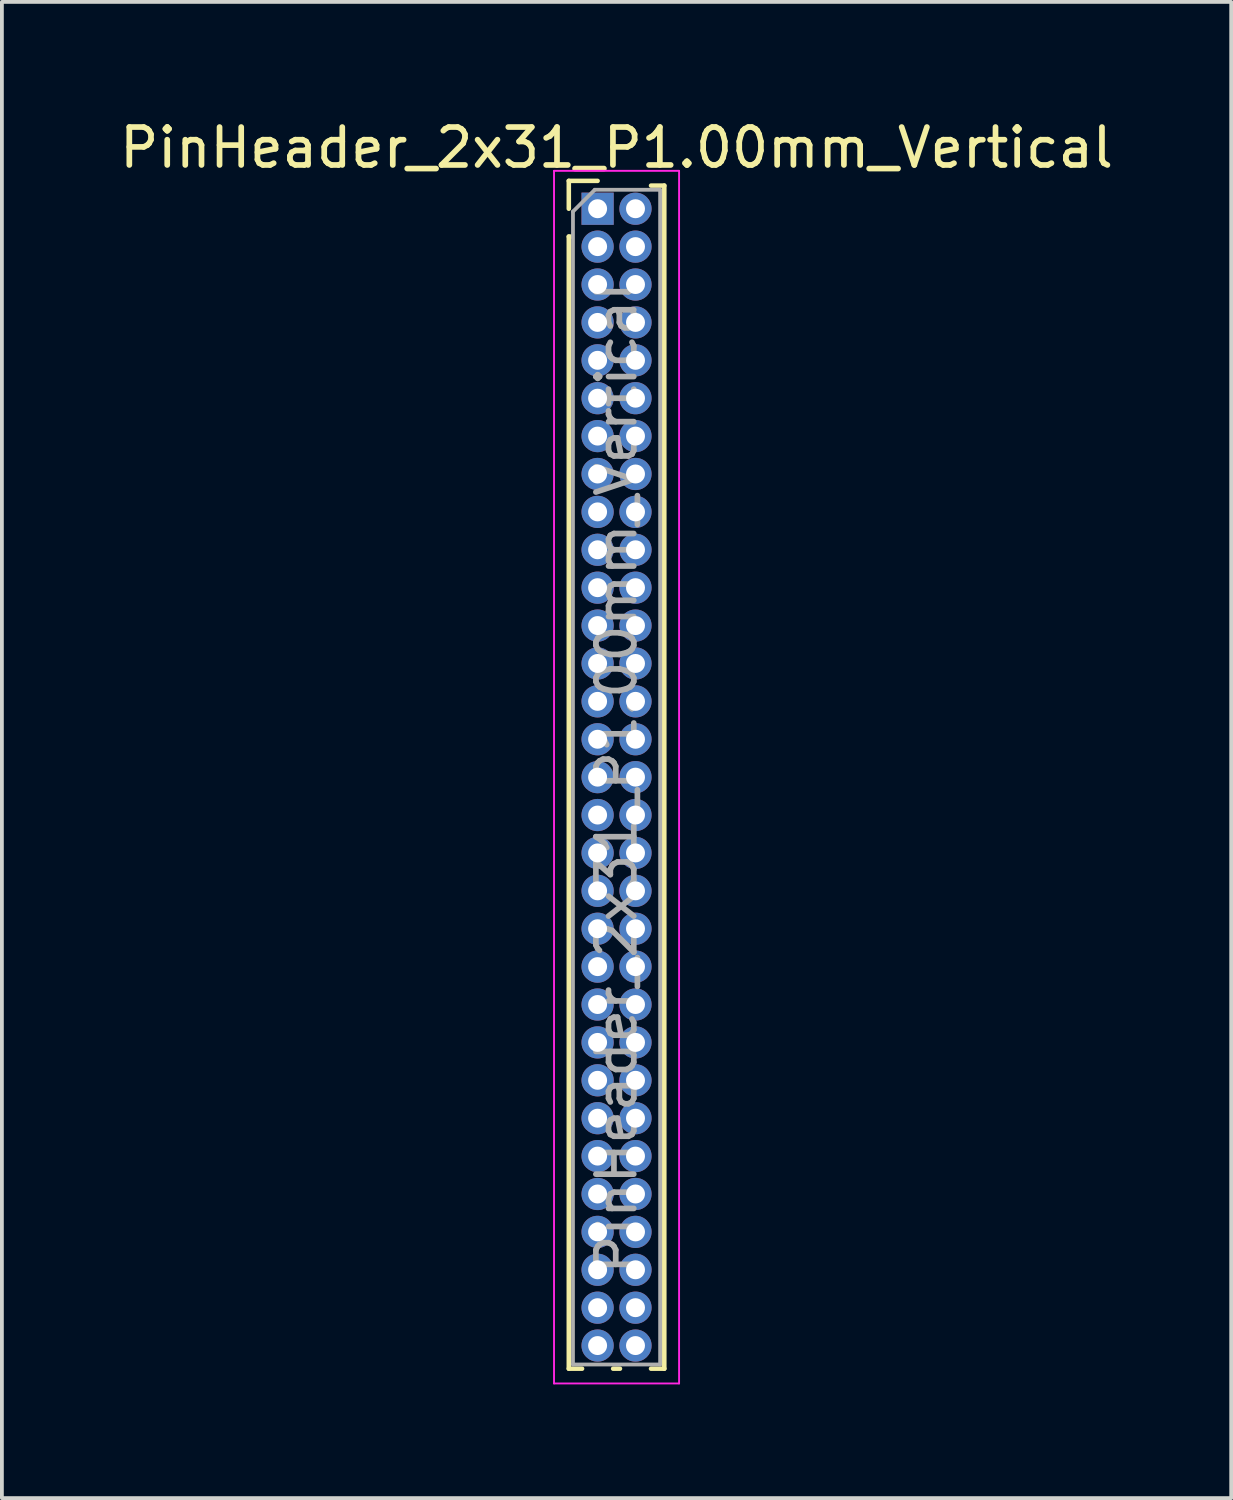
<source format=kicad_pcb>
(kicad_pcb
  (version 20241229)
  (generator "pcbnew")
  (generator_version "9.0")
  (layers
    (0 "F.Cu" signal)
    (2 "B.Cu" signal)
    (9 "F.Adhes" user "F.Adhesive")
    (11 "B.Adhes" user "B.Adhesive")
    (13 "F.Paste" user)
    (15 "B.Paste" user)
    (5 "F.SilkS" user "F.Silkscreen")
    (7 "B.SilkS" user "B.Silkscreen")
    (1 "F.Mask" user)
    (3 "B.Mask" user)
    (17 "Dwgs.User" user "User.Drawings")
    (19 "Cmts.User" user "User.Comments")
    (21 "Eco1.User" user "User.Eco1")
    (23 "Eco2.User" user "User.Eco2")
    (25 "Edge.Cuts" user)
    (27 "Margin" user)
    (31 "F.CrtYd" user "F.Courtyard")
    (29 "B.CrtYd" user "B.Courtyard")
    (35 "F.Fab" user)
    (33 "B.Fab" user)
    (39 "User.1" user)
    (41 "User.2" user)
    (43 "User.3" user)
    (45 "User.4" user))
  (footprint "PinHeader_2x31_P1.00mm_Vertical"
    (layer "F.Cu")
    (at 12.72 2.458)
    (property "Reference" "PinHeader_2x31_P1.00mm_Vertical" (at 0.5 -1.61 0) (layer "F.SilkS") (effects (font (size 1 1) (thickness 0.15))))
    (attr through_hole)
    (fp_line (start -0.76 -0.735) (end 0 -0.735) (stroke (width 0.12) (type solid)) (layer "F.SilkS"))
    (fp_line (start -0.76 0) (end -0.76 -0.735) (stroke (width 0.12) (type solid)) (layer "F.SilkS"))
    (fp_line (start -0.76 0.735) (end -0.76 30.61) (stroke (width 0.12) (type solid)) (layer "F.SilkS"))
    (fp_line (start -0.76 0.735) (end -0.686 0.735) (stroke (width 0.12) (type solid)) (layer "F.SilkS"))
    (fp_line (start -0.76 30.61) (end -0.41 30.61) (stroke (width 0.12) (type solid)) (layer "F.SilkS"))
    (fp_line (start 0.41 30.61) (end 0.59 30.61) (stroke (width 0.12) (type solid)) (layer "F.SilkS"))
    (fp_line (start 1.41 -0.61) (end 1.76 -0.61) (stroke (width 0.12) (type solid)) (layer "F.SilkS"))
    (fp_line (start 1.41 30.61) (end 1.76 30.61) (stroke (width 0.12) (type solid)) (layer "F.SilkS"))
    (fp_line (start 1.76 -0.61) (end 1.76 30.61) (stroke (width 0.12) (type solid)) (layer "F.SilkS"))
    (fp_line (start -1.15 -1) (end -1.15 31) (stroke (width 0.05) (type solid)) (layer "F.CrtYd"))
    (fp_line (start -1.15 31) (end 2.15 31) (stroke (width 0.05) (type solid)) (layer "F.CrtYd"))
    (fp_line (start 2.15 -1) (end -1.15 -1) (stroke (width 0.05) (type solid)) (layer "F.CrtYd"))
    (fp_line (start 2.15 31) (end 2.15 -1) (stroke (width 0.05) (type solid)) (layer "F.CrtYd"))
    (fp_line (start -0.65 0.075) (end -0.075 -0.5) (stroke (width 0.1) (type solid)) (layer "F.Fab"))
    (fp_line (start -0.65 30.5) (end -0.65 0.075) (stroke (width 0.1) (type solid)) (layer "F.Fab"))
    (fp_line (start -0.075 -0.5) (end 1.65 -0.5) (stroke (width 0.1) (type solid)) (layer "F.Fab"))
    (fp_line (start 1.65 -0.5) (end 1.65 30.5) (stroke (width 0.1) (type solid)) (layer "F.Fab"))
    (fp_line (start 1.65 30.5) (end -0.65 30.5) (stroke (width 0.1) (type solid)) (layer "F.Fab"))
    (fp_text user "${REFERENCE}" (at 0.5 15 90) (layer "F.Fab") (effects (font (size 1 1) (thickness 0.15))))
    (pad "1" thru_hole rect (at 0 0) (size 0.85 0.85) (drill 0.5) (layers "*.Cu" "*.Mask"))
    (pad "2" thru_hole circle (at 1 0) (size 0.85 0.85) (drill 0.5) (layers "*.Cu" "*.Mask"))
    (pad "3" thru_hole circle (at 0 1) (size 0.85 0.85) (drill 0.5) (layers "*.Cu" "*.Mask"))
    (pad "4" thru_hole circle (at 1 1) (size 0.85 0.85) (drill 0.5) (layers "*.Cu" "*.Mask"))
    (pad "5" thru_hole circle (at 0 2) (size 0.85 0.85) (drill 0.5) (layers "*.Cu" "*.Mask"))
    (pad "6" thru_hole circle (at 1 2) (size 0.85 0.85) (drill 0.5) (layers "*.Cu" "*.Mask"))
    (pad "7" thru_hole circle (at 0 3) (size 0.85 0.85) (drill 0.5) (layers "*.Cu" "*.Mask"))
    (pad "8" thru_hole circle (at 1 3) (size 0.85 0.85) (drill 0.5) (layers "*.Cu" "*.Mask"))
    (pad "9" thru_hole circle (at 0 4) (size 0.85 0.85) (drill 0.5) (layers "*.Cu" "*.Mask"))
    (pad "10" thru_hole circle (at 1 4) (size 0.85 0.85) (drill 0.5) (layers "*.Cu" "*.Mask"))
    (pad "11" thru_hole circle (at 0 5) (size 0.85 0.85) (drill 0.5) (layers "*.Cu" "*.Mask"))
    (pad "12" thru_hole circle (at 1 5) (size 0.85 0.85) (drill 0.5) (layers "*.Cu" "*.Mask"))
    (pad "13" thru_hole circle (at 0 6) (size 0.85 0.85) (drill 0.5) (layers "*.Cu" "*.Mask"))
    (pad "14" thru_hole circle (at 1 6) (size 0.85 0.85) (drill 0.5) (layers "*.Cu" "*.Mask"))
    (pad "15" thru_hole circle (at 0 7) (size 0.85 0.85) (drill 0.5) (layers "*.Cu" "*.Mask"))
    (pad "16" thru_hole circle (at 1 7) (size 0.85 0.85) (drill 0.5) (layers "*.Cu" "*.Mask"))
    (pad "17" thru_hole circle (at 0 8) (size 0.85 0.85) (drill 0.5) (layers "*.Cu" "*.Mask"))
    (pad "18" thru_hole circle (at 1 8) (size 0.85 0.85) (drill 0.5) (layers "*.Cu" "*.Mask"))
    (pad "19" thru_hole circle (at 0 9) (size 0.85 0.85) (drill 0.5) (layers "*.Cu" "*.Mask"))
    (pad "20" thru_hole circle (at 1 9) (size 0.85 0.85) (drill 0.5) (layers "*.Cu" "*.Mask"))
    (pad "21" thru_hole circle (at 0 10) (size 0.85 0.85) (drill 0.5) (layers "*.Cu" "*.Mask"))
    (pad "22" thru_hole circle (at 1 10) (size 0.85 0.85) (drill 0.5) (layers "*.Cu" "*.Mask"))
    (pad "23" thru_hole circle (at 0 11) (size 0.85 0.85) (drill 0.5) (layers "*.Cu" "*.Mask"))
    (pad "24" thru_hole circle (at 1 11) (size 0.85 0.85) (drill 0.5) (layers "*.Cu" "*.Mask"))
    (pad "25" thru_hole circle (at 0 12) (size 0.85 0.85) (drill 0.5) (layers "*.Cu" "*.Mask"))
    (pad "26" thru_hole circle (at 1 12) (size 0.85 0.85) (drill 0.5) (layers "*.Cu" "*.Mask"))
    (pad "27" thru_hole circle (at 0 13) (size 0.85 0.85) (drill 0.5) (layers "*.Cu" "*.Mask"))
    (pad "28" thru_hole circle (at 1 13) (size 0.85 0.85) (drill 0.5) (layers "*.Cu" "*.Mask"))
    (pad "29" thru_hole circle (at 0 14) (size 0.85 0.85) (drill 0.5) (layers "*.Cu" "*.Mask"))
    (pad "30" thru_hole circle (at 1 14) (size 0.85 0.85) (drill 0.5) (layers "*.Cu" "*.Mask"))
    (pad "31" thru_hole circle (at 0 15) (size 0.85 0.85) (drill 0.5) (layers "*.Cu" "*.Mask"))
    (pad "32" thru_hole circle (at 1 15) (size 0.85 0.85) (drill 0.5) (layers "*.Cu" "*.Mask"))
    (pad "33" thru_hole circle (at 0 16) (size 0.85 0.85) (drill 0.5) (layers "*.Cu" "*.Mask"))
    (pad "34" thru_hole circle (at 1 16) (size 0.85 0.85) (drill 0.5) (layers "*.Cu" "*.Mask"))
    (pad "35" thru_hole circle (at 0 17) (size 0.85 0.85) (drill 0.5) (layers "*.Cu" "*.Mask"))
    (pad "36" thru_hole circle (at 1 17) (size 0.85 0.85) (drill 0.5) (layers "*.Cu" "*.Mask"))
    (pad "37" thru_hole circle (at 0 18) (size 0.85 0.85) (drill 0.5) (layers "*.Cu" "*.Mask"))
    (pad "38" thru_hole circle (at 1 18) (size 0.85 0.85) (drill 0.5) (layers "*.Cu" "*.Mask"))
    (pad "39" thru_hole circle (at 0 19) (size 0.85 0.85) (drill 0.5) (layers "*.Cu" "*.Mask"))
    (pad "40" thru_hole circle (at 1 19) (size 0.85 0.85) (drill 0.5) (layers "*.Cu" "*.Mask"))
    (pad "41" thru_hole circle (at 0 20) (size 0.85 0.85) (drill 0.5) (layers "*.Cu" "*.Mask"))
    (pad "42" thru_hole circle (at 1 20) (size 0.85 0.85) (drill 0.5) (layers "*.Cu" "*.Mask"))
    (pad "43" thru_hole circle (at 0 21) (size 0.85 0.85) (drill 0.5) (layers "*.Cu" "*.Mask"))
    (pad "44" thru_hole circle (at 1 21) (size 0.85 0.85) (drill 0.5) (layers "*.Cu" "*.Mask"))
    (pad "45" thru_hole circle (at 0 22) (size 0.85 0.85) (drill 0.5) (layers "*.Cu" "*.Mask"))
    (pad "46" thru_hole circle (at 1 22) (size 0.85 0.85) (drill 0.5) (layers "*.Cu" "*.Mask"))
    (pad "47" thru_hole circle (at 0 23) (size 0.85 0.85) (drill 0.5) (layers "*.Cu" "*.Mask"))
    (pad "48" thru_hole circle (at 1 23) (size 0.85 0.85) (drill 0.5) (layers "*.Cu" "*.Mask"))
    (pad "49" thru_hole circle (at 0 24) (size 0.85 0.85) (drill 0.5) (layers "*.Cu" "*.Mask"))
    (pad "50" thru_hole circle (at 1 24) (size 0.85 0.85) (drill 0.5) (layers "*.Cu" "*.Mask"))
    (pad "51" thru_hole circle (at 0 25) (size 0.85 0.85) (drill 0.5) (layers "*.Cu" "*.Mask"))
    (pad "52" thru_hole circle (at 1 25) (size 0.85 0.85) (drill 0.5) (layers "*.Cu" "*.Mask"))
    (pad "53" thru_hole circle (at 0 26) (size 0.85 0.85) (drill 0.5) (layers "*.Cu" "*.Mask"))
    (pad "54" thru_hole circle (at 1 26) (size 0.85 0.85) (drill 0.5) (layers "*.Cu" "*.Mask"))
    (pad "55" thru_hole circle (at 0 27) (size 0.85 0.85) (drill 0.5) (layers "*.Cu" "*.Mask"))
    (pad "56" thru_hole circle (at 1 27) (size 0.85 0.85) (drill 0.5) (layers "*.Cu" "*.Mask"))
    (pad "57" thru_hole circle (at 0 28) (size 0.85 0.85) (drill 0.5) (layers "*.Cu" "*.Mask"))
    (pad "58" thru_hole circle (at 1 28) (size 0.85 0.85) (drill 0.5) (layers "*.Cu" "*.Mask"))
    (pad "59" thru_hole circle (at 0 29) (size 0.85 0.85) (drill 0.5) (layers "*.Cu" "*.Mask"))
    (pad "60" thru_hole circle (at 1 29) (size 0.85 0.85) (drill 0.5) (layers "*.Cu" "*.Mask"))
    (pad "61" thru_hole circle (at 0 30) (size 0.85 0.85) (drill 0.5) (layers "*.Cu" "*.Mask"))
    (pad "62" thru_hole circle (at 1 30) (size 0.85 0.85) (drill 0.5) (layers "*.Cu" "*.Mask")))
  (gr_rect
    (start -3 -3)
    (end 29.44 36.483)
    (stroke (width 0.1) (type default))
    (fill no)
    (layer "Edge.Cuts")))
</source>
